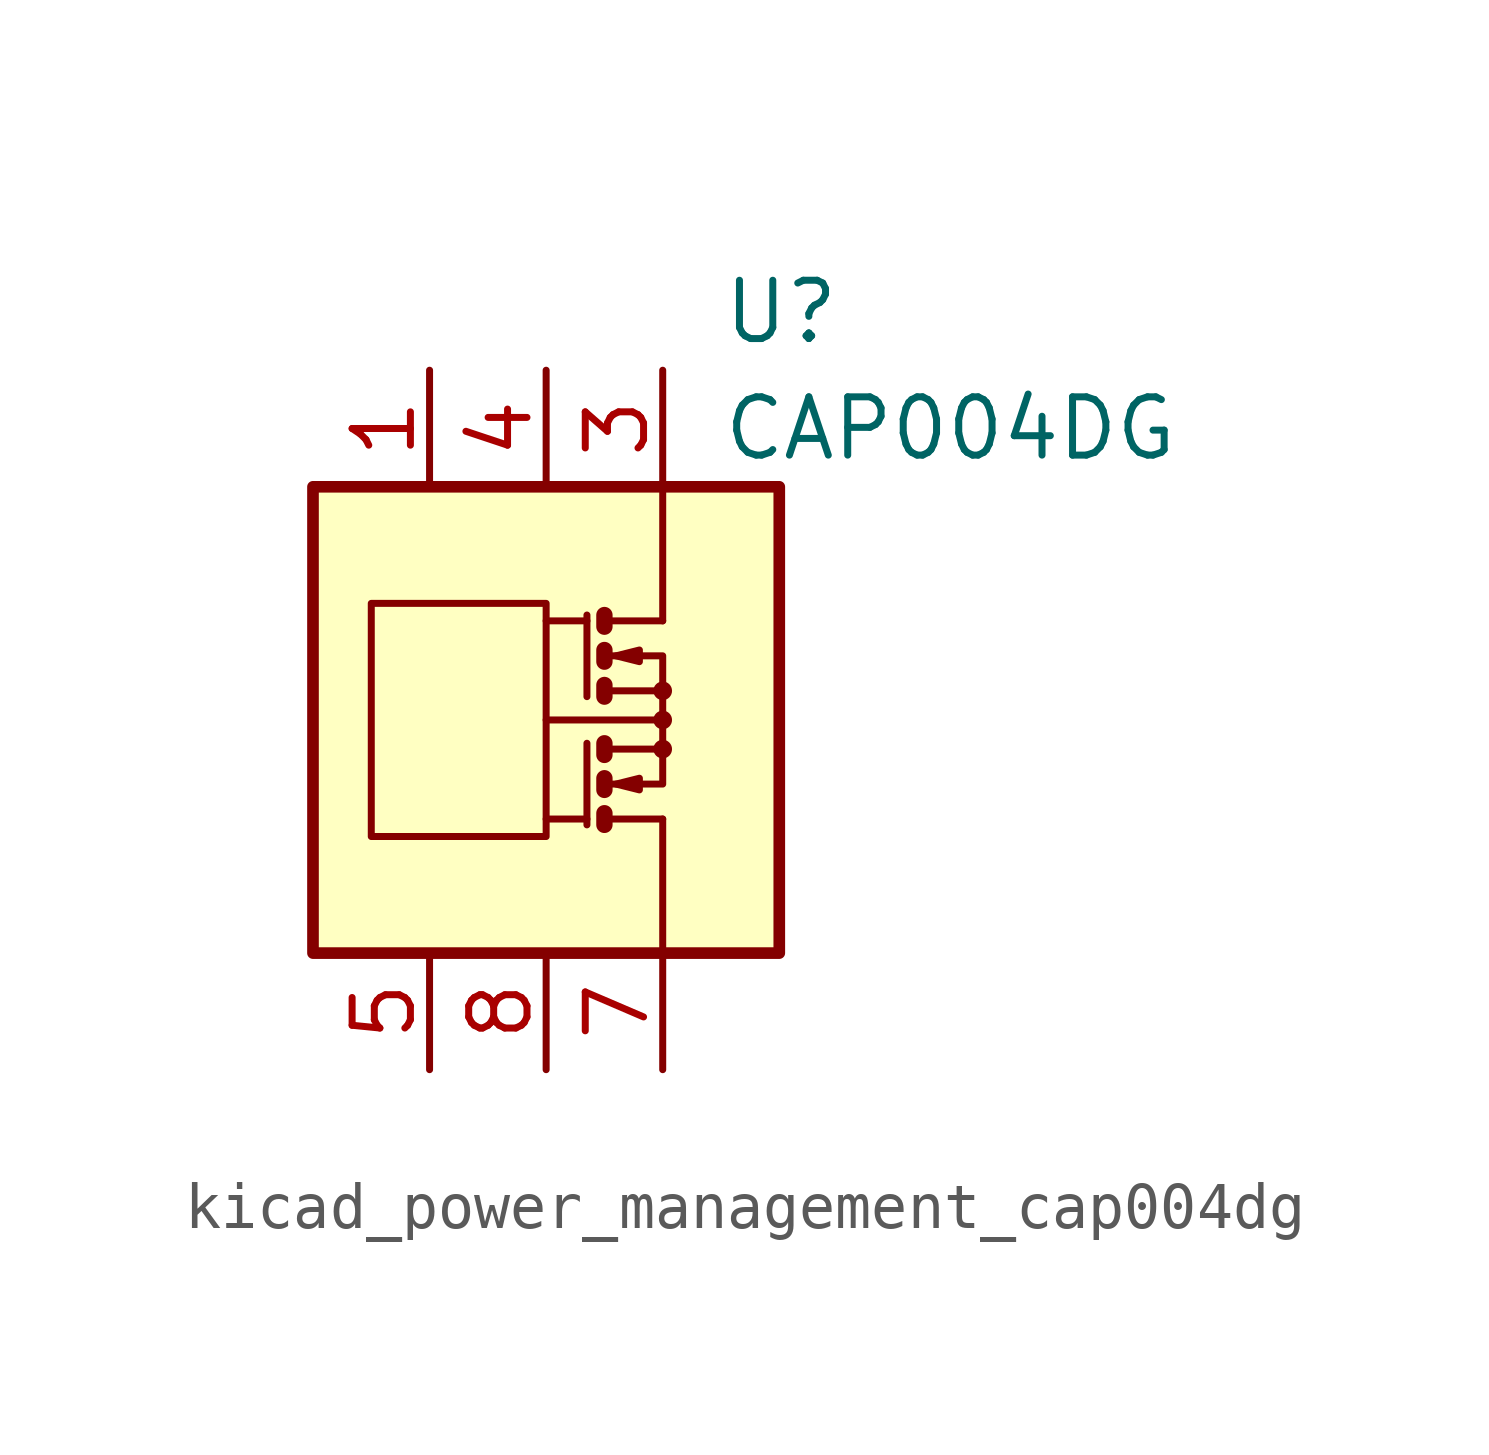
<source format=kicad_sym>
(kicad_symbol_lib
  (version 20220914)
  (generator kicad_symbol_editor)
  (symbol "kicad_power_management_cap004dg"
    (pin_names
      (offset 1.27))
    (property "Reference" "U"
      (at 3.81 8.89 0)
      (effects (font (size 1.27 1.27)) (justify left)))
    (property "Value" "CAP004DG"
      (at 3.81 6.35 0)
      (effects (font (size 1.27 1.27)) (justify left)))
    (symbol "kicad_power_management_cap004dg_0_1"
      (rectangle (start -5.08 5.08) (end 5.08 -5.08) (stroke (width 0.254) (type default)) (fill (type background)))
      (rectangle (start -3.81 2.54) (end 0 -2.54) (stroke (width 0) (type default)) (fill (type none)))
      (polyline (pts (xy 0.889 -2.159) (xy 0 -2.159)) (stroke (width 0) (type default)) (fill (type none)))
      (polyline (pts (xy 0.889 -0.508) (xy 0.889 -2.286)) (stroke (width 0) (type default)) (fill (type none)))
      (polyline (pts (xy 0.889 2.159) (xy 0 2.159)) (stroke (width 0) (type default)) (fill (type none)))
      (polyline (pts (xy 0.889 2.286) (xy 0.889 0.508)) (stroke (width 0) (type default)) (fill (type none)))
      (polyline (pts (xy 1.27 -2.159) (xy 2.54 -2.159)) (stroke (width 0) (type default)) (fill (type none)))
      (polyline (pts (xy 1.27 2.159) (xy 2.54 2.159)) (stroke (width 0) (type default)) (fill (type none)))
      (polyline (pts (xy 2.413 0) (xy 0 0)) (stroke (width 0) (type default)) (fill (type none)))
      (polyline (pts (xy 2.54 -2.159) (xy 2.54 -5.08)) (stroke (width 0) (type default)) (fill (type none)))
      (polyline (pts (xy 1.27 -2.032) (xy 1.27 -2.286) (xy 1.27 -2.286)) (stroke (width 0.356) (type default)) (fill (type none)))
      (polyline (pts (xy 1.27 -1.27) (xy 1.27 -1.524) (xy 1.27 -1.524)) (stroke (width 0.356) (type default)) (fill (type none)))
      (polyline (pts (xy 1.27 0.762) (xy 1.27 0.508) (xy 1.27 0.508)) (stroke (width 0.356) (type default)) (fill (type none)))
      (polyline (pts (xy 1.27 1.524) (xy 1.27 1.27) (xy 1.27 1.27)) (stroke (width 0.356) (type default)) (fill (type none)))
      (polyline (pts (xy 1.27 2.286) (xy 1.27 2.032) (xy 1.27 2.032)) (stroke (width 0.356) (type default)) (fill (type none)))
      (polyline (pts (xy 1.397 -1.397) (xy 2.54 -1.397) (xy 2.54 -0.635)) (stroke (width 0) (type default)) (fill (type none)))
      (polyline (pts (xy 1.397 1.397) (xy 2.54 1.397) (xy 2.54 0.635)) (stroke (width 0) (type default)) (fill (type none)))
      (polyline (pts (xy 2.54 2.159) (xy 2.54 5.08) (xy 2.54 3.175)) (stroke (width 0) (type default)) (fill (type none)))
      (polyline (pts (xy 1.397 -0.635) (xy 2.54 -0.635) (xy 2.54 0.635) (xy 1.397 0.635)) (stroke (width 0) (type default)) (fill (type none)))
      (polyline (pts (xy 1.524 -1.397) (xy 2.032 -1.27) (xy 2.032 -1.524) (xy 1.524 -1.397)) (stroke (width 0) (type default)) (fill (type none)))
      (polyline (pts (xy 1.524 1.397) (xy 2.032 1.524) (xy 2.032 1.27) (xy 1.524 1.397)) (stroke (width 0) (type default)) (fill (type none)))
      (circle (center 2.54 -0.635) (radius 0.127) (stroke (width 0) (type default)) (fill (type none)))
      (circle (center 2.54 0) (radius 0.127) (stroke (width 0) (type default)) (fill (type none)))
      (circle (center 2.54 0.635) (radius 0.127) (stroke (width 0) (type default)) (fill (type none))))
    (symbol "kicad_power_management_cap004dg_1_1"
      (polyline (pts (xy 1.27 -0.508) (xy 1.27 -0.762)) (stroke (width 0.356) (type default)) (fill (type none)))
      (pin passive line (at -2.54 7.62 270) (length 2.54) (name "~" (effects (font (size 1.27 1.27)))) (number "1" (effects (font (size 1.27 1.27)))))
      (pin passive line (at 2.54 7.62 270) (length 2.54) hide (name "~" (effects (font (size 1.27 1.27)))) (number "2" (effects (font (size 1.27 1.27)))))
      (pin passive line (at 2.54 7.62 270) (length 2.54) (name "~" (effects (font (size 1.27 1.27)))) (number "3" (effects (font (size 1.27 1.27)))))
      (pin passive line (at 0 7.62 270) (length 2.54) (name "~" (effects (font (size 1.27 1.27)))) (number "4" (effects (font (size 1.27 1.27)))))
      (pin passive line (at -2.54 -7.62 90) (length 2.54) (name "~" (effects (font (size 1.27 1.27)))) (number "5" (effects (font (size 1.27 1.27)))))
      (pin passive line (at 2.54 -7.62 90) (length 2.54) hide (name "~" (effects (font (size 1.27 1.27)))) (number "6" (effects (font (size 1.27 1.27)))))
      (pin passive line (at 2.54 -7.62 90) (length 2.54) (name "~" (effects (font (size 1.27 1.27)))) (number "7" (effects (font (size 1.27 1.27)))))
      (pin passive line (at 0 -7.62 90) (length 2.54) (name "~" (effects (font (size 1.27 1.27)))) (number "8" (effects (font (size 1.27 1.27))))))))
</source>
